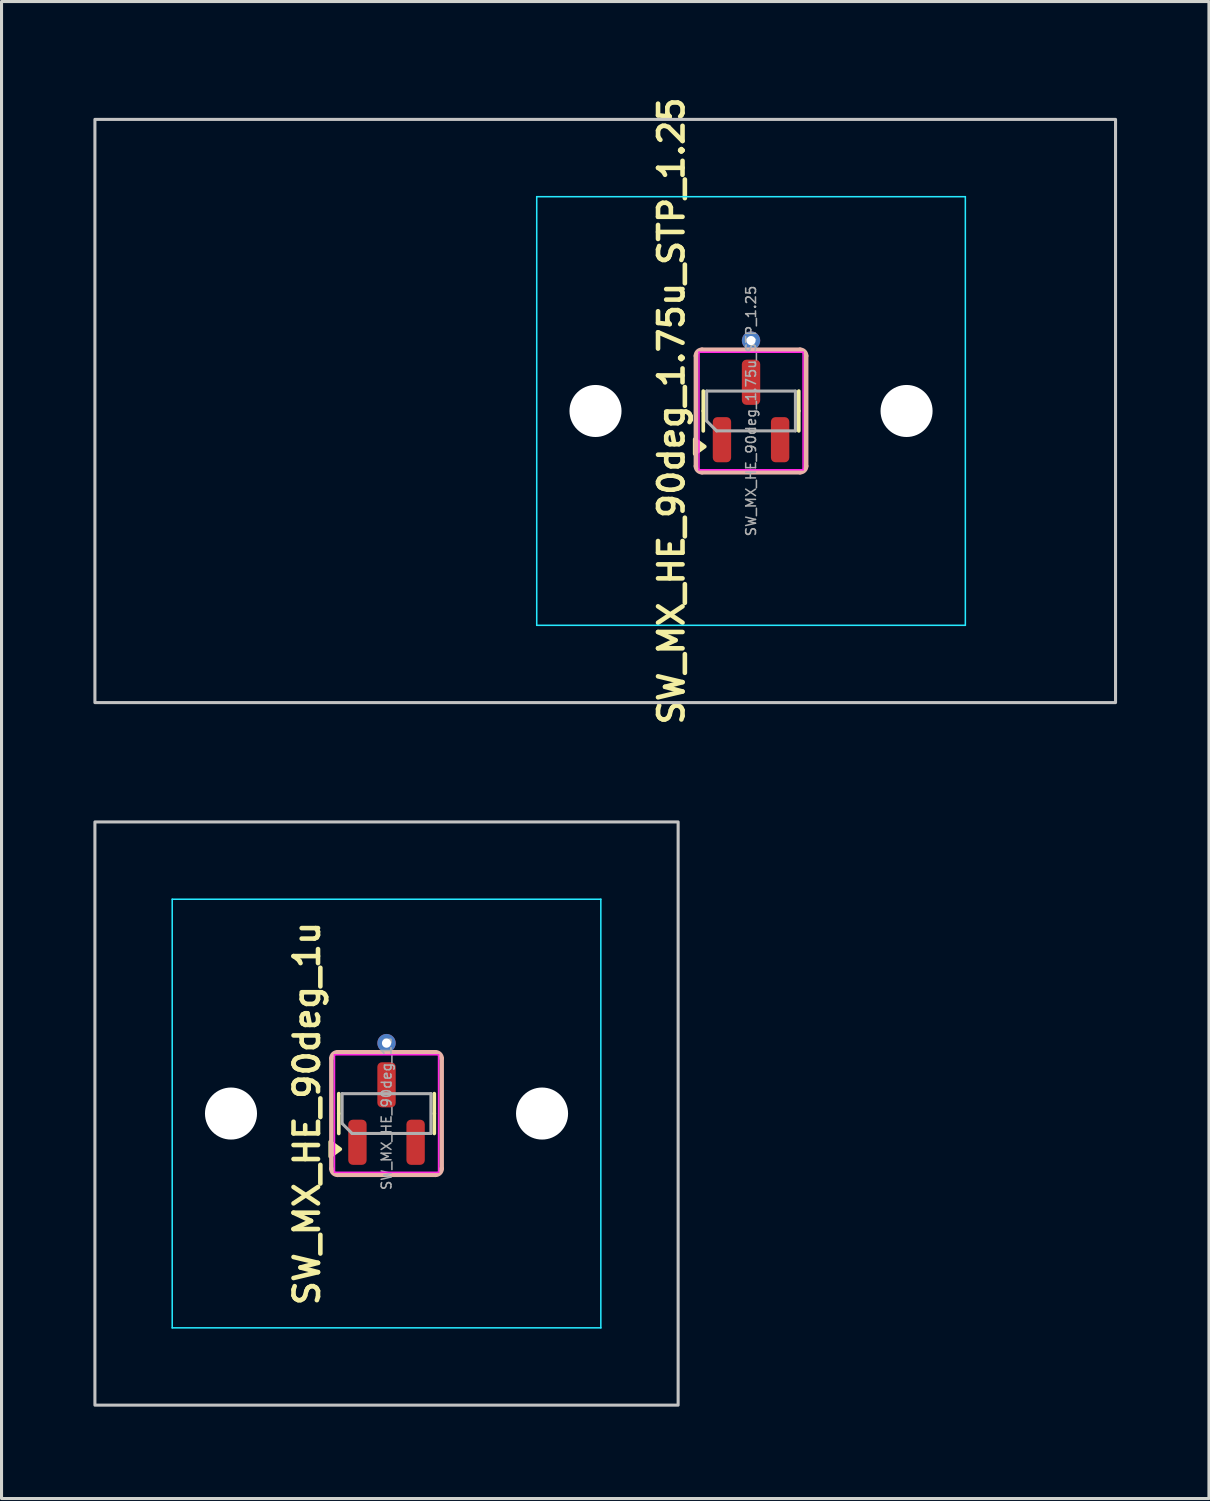
<source format=kicad_pcb>
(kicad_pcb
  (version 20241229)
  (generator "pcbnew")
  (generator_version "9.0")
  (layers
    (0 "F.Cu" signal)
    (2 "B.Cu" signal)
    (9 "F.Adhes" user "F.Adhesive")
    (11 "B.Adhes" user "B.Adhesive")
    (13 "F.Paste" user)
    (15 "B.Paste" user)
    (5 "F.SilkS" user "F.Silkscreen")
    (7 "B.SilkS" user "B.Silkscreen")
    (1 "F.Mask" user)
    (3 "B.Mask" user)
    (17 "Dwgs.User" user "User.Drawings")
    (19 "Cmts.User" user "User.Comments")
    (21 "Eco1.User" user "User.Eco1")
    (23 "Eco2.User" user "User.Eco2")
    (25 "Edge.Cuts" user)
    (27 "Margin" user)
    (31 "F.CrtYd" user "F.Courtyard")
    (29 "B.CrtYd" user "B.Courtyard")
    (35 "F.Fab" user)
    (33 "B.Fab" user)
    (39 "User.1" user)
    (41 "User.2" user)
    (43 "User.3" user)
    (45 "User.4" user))
  (footprint "SW_MX_HE_90deg_1u"
    (layer "F.Cu")
    (at 9.575 33.322)
    (property "Reference" "SW_MX_HE_90deg_1u" (at -2.6 0 90) (layer "F.SilkS") (effects (font (size 0.8 0.8) (thickness 0.15))))
    (attr smd)
    (fp_line (start -1.56 0) (end -1.56 -0.65) (stroke (width 0.12) (type solid)) (layer "F.SilkS"))
    (fp_line (start -1.56 0) (end -1.56 0.65) (stroke (width 0.12) (type solid)) (layer "F.SilkS"))
    (fp_line (start 1.56 0) (end 1.56 -0.65) (stroke (width 0.12) (type solid)) (layer "F.SilkS"))
    (fp_line (start 1.56 0) (end 1.56 0.65) (stroke (width 0.12) (type solid)) (layer "F.SilkS"))
    (fp_poly (pts (xy -1.51 1.163) (xy -1.84 1.403) (xy -1.84 0.922) (xy -1.51 1.163)) (stroke (width 0.12) (type solid)) (fill yes) (layer "F.SilkS"))
    (fp_line (start -1.8 -1.8) (end -1.8 1.8) (stroke (width 0.15) (type default)) (layer "B.SilkS"))
    (fp_line (start -1.6 2) (end 1.6 2) (stroke (width 0.15) (type default)) (layer "B.SilkS"))
    (fp_line (start 1.6 -2) (end -1.6 -2) (stroke (width 0.15) (type default)) (layer "B.SilkS"))
    (fp_line (start 1.8 1.8) (end 1.8 -1.8) (stroke (width 0.15) (type default)) (layer "B.SilkS"))
    (fp_arc (start -1.8 -1.8) (mid -1.741421 -1.941421) (end -1.6 -2) (stroke (width 0.15) (type default)) (layer "B.SilkS"))
    (fp_arc (start -1.6 2) (mid -1.741421 1.941421) (end -1.8 1.8) (stroke (width 0.15) (type default)) (layer "B.SilkS"))
    (fp_arc (start 1.6 -2) (mid 1.741421 -1.941421) (end 1.8 -1.8) (stroke (width 0.15) (type default)) (layer "B.SilkS"))
    (fp_arc (start 1.8 1.8) (mid 1.741421 1.941421) (end 1.6 2) (stroke (width 0.15) (type default)) (layer "B.SilkS"))
    (fp_rect (start -9.525 -9.525) (end 9.525 9.525) (stroke (width 0.1) (type default)) (fill no) (layer "Dwgs.User"))
    (fp_line (start -7 6.5) (end -7 -6.5) (stroke (width 0.05) (type solid)) (layer "Eco2.User"))
    (fp_line (start -6.5 -7) (end 6.5 -7) (stroke (width 0.05) (type solid)) (layer "Eco2.User"))
    (fp_line (start 6.5 7) (end -6.5 7) (stroke (width 0.05) (type solid)) (layer "Eco2.User"))
    (fp_line (start 7 -6.5) (end 7 6.5) (stroke (width 0.05) (type solid)) (layer "Eco2.User"))
    (fp_arc (start -7 -6.5) (mid -6.853553 -6.853553) (end -6.5 -7) (stroke (width 0.05) (type solid)) (layer "Eco2.User"))
    (fp_arc (start -6.5 7) (mid -6.853553 6.853553) (end -7 6.5) (stroke (width 0.05) (type solid)) (layer "Eco2.User"))
    (fp_arc (start 6.5 -7) (mid 6.853553 -6.853553) (end 7 -6.5) (stroke (width 0.05) (type solid)) (layer "Eco2.User"))
    (fp_arc (start 6.997236 6.498884) (mid 6.850789 6.852437) (end 6.497236 6.998884) (stroke (width 0.05) (type solid)) (layer "Eco2.User"))
    (fp_line (start -7 -7) (end -7 7) (stroke (width 0.05) (type solid)) (layer "B.CrtYd"))
    (fp_line (start -7 7) (end 7 7) (stroke (width 0.05) (type solid)) (layer "B.CrtYd"))
    (fp_line (start 7 -7) (end -7 -7) (stroke (width 0.05) (type solid)) (layer "B.CrtYd"))
    (fp_line (start 7 7) (end 7 -7) (stroke (width 0.05) (type solid)) (layer "B.CrtYd"))
    (fp_line (start -1.7 -1.92) (end -1.7 1.92) (stroke (width 0.05) (type solid)) (layer "F.CrtYd"))
    (fp_line (start -1.7 1.92) (end 1.7 1.92) (stroke (width 0.05) (type solid)) (layer "F.CrtYd"))
    (fp_line (start 1.7 -1.92) (end -1.7 -1.92) (stroke (width 0.05) (type solid)) (layer "F.CrtYd"))
    (fp_line (start 1.7 1.92) (end 1.7 -1.92) (stroke (width 0.05) (type solid)) (layer "F.CrtYd"))
    (fp_line (start -1.45 -0.65) (end 1.45 -0.65) (stroke (width 0.1) (type solid)) (layer "F.Fab"))
    (fp_line (start -1.45 0.325) (end -1.45 -0.65) (stroke (width 0.1) (type solid)) (layer "F.Fab"))
    (fp_line (start -1.125 0.65) (end -1.45 0.325) (stroke (width 0.1) (type solid)) (layer "F.Fab"))
    (fp_line (start 1.45 -0.65) (end 1.45 0.65) (stroke (width 0.1) (type solid)) (layer "F.Fab"))
    (fp_line (start 1.45 0.65) (end -1.125 0.65) (stroke (width 0.1) (type solid)) (layer "F.Fab"))
    (fp_text user "${REFERENCE}" (at 0 0 90) (layer "F.Fab") (effects (font (size 0.32 0.32) (thickness 0.05))))
    (pad "" np_thru_hole circle (at -5.08 0) (size 1.7 1.7) (drill 1.7) (layers "*.Cu" "*.Mask"))
    (pad "" np_thru_hole circle (at 5.08 0) (size 1.7 1.7) (drill 1.7) (layers "*.Cu" "*.Mask"))
    (pad "1" smd roundrect (at -0.95 0.938 90) (size 1.475 0.6) (layers "F.Cu" "F.Mask" "F.Paste") (roundrect_rratio 0.25))
    (pad "2" smd roundrect (at 0.95 0.938 90) (size 1.475 0.6) (layers "F.Cu" "F.Mask" "F.Paste") (roundrect_rratio 0.25))
    (pad "3" thru_hole circle (at 0 -2.3 90) (size 0.6 0.6) (drill 0.3) (layers "*.Cu"))
    (pad "3" smd roundrect (at 0 -0.938 90) (size 1.475 0.6) (layers "F.Cu" "F.Mask" "F.Paste") (roundrect_rratio 0.25))
    (zone (net_name "") (layer "F.Cu") (name "HE keepout_bot") (hatch edge 0.5) (connect_pads) (min_thickness 0.25) (filled_areas_thickness no) (keepout (tracks allowed) (vias allowed) (pads allowed) (copperpour not_allowed) (footprints allowed)) (placement (enabled no)) (fill) (polygon (pts (arc (start 7.975 31.322148) (mid 7.833579 31.380727) (end 7.775 31.522148)) (arc (start 7.775 35.122148) (mid 7.833579 35.263569) (end 7.975 35.322148)) (arc (start 11.175 35.322148) (mid 11.316421 35.263569) (end 11.375 35.122148)) (arc (start 11.375 31.522148) (mid 11.316421 31.380727) (end 11.175 31.322148)) (arc (start 10.075 31.322148) (mid 9.933579 31.380727) (end 9.875 31.522148)) (arc (start 9.875 32.922148) (mid 9.816421 33.063569) (end 9.675 33.122148)) (arc (start 9.475 33.122148) (mid 9.333579 33.063569) (end 9.275 32.922148)) (arc (start 9.275 31.522148) (mid 9.216421 31.380727) (end 9.075 31.322148)))))
    (zone (net_name "") (layer "In1.Cu") (name "HE keepout_top") (hatch edge 0.5) (connect_pads) (min_thickness 0.25) (filled_areas_thickness no) (keepout (tracks allowed) (vias allowed) (pads allowed) (copperpour not_allowed) (footprints allowed)) (placement (enabled no)) (fill) (polygon (pts (arc (start 7.975 31.322148) (mid 7.833579 31.380727) (end 7.775 31.522148)) (arc (start 7.775 35.122148) (mid 7.833579 35.263569) (end 7.975 35.322148)) (arc (start 11.175 35.322148) (mid 11.316421 35.263569) (end 11.375 35.122148)) (arc (start 11.375 31.522148) (mid 11.316421 31.380727) (end 11.175 31.322148))))))
  (footprint "SW_MX_HE_90deg_1.75u_STP_1.25"
    (layer "F.Cu")
    (at 21.481 10.374)
    (property "Reference" "SW_MX_HE_90deg_1.75u_STP_1.25" (at -2.6 0 90) (layer "F.SilkS") (effects (font (size 0.8 0.8) (thickness 0.15))))
    (attr smd)
    (fp_line (start -1.56 0) (end -1.56 -0.65) (stroke (width 0.12) (type solid)) (layer "F.SilkS"))
    (fp_line (start -1.56 0) (end -1.56 0.65) (stroke (width 0.12) (type solid)) (layer "F.SilkS"))
    (fp_line (start 1.56 0) (end 1.56 -0.65) (stroke (width 0.12) (type solid)) (layer "F.SilkS"))
    (fp_line (start 1.56 0) (end 1.56 0.65) (stroke (width 0.12) (type solid)) (layer "F.SilkS"))
    (fp_poly (pts (xy -1.51 1.163) (xy -1.84 1.403) (xy -1.84 0.922) (xy -1.51 1.163)) (stroke (width 0.12) (type solid)) (fill yes) (layer "F.SilkS"))
    (fp_line (start -1.8 -1.8) (end -1.8 1.8) (stroke (width 0.15) (type default)) (layer "B.SilkS"))
    (fp_line (start -1.6 2) (end 1.6 2) (stroke (width 0.15) (type default)) (layer "B.SilkS"))
    (fp_line (start 1.6 -2) (end -1.6 -2) (stroke (width 0.15) (type default)) (layer "B.SilkS"))
    (fp_line (start 1.8 1.8) (end 1.8 -1.8) (stroke (width 0.15) (type default)) (layer "B.SilkS"))
    (fp_arc (start -1.8 -1.8) (mid -1.741421 -1.941421) (end -1.6 -2) (stroke (width 0.15) (type default)) (layer "B.SilkS"))
    (fp_arc (start -1.6 2) (mid -1.741421 1.941421) (end -1.8 1.8) (stroke (width 0.15) (type default)) (layer "B.SilkS"))
    (fp_arc (start 1.6 -2) (mid 1.741421 -1.941421) (end 1.8 -1.8) (stroke (width 0.15) (type default)) (layer "B.SilkS"))
    (fp_arc (start 1.8 1.8) (mid 1.741421 1.941421) (end 1.6 2) (stroke (width 0.15) (type default)) (layer "B.SilkS"))
    (fp_rect (start -21.431 -9.525) (end 11.906 9.525) (stroke (width 0.1) (type default)) (fill no) (layer "Dwgs.User"))
    (fp_line (start -7 6.5) (end -7 -6.5) (stroke (width 0.05) (type solid)) (layer "Eco2.User"))
    (fp_line (start -6.5 -7) (end 6.5 -7) (stroke (width 0.05) (type solid)) (layer "Eco2.User"))
    (fp_line (start 6.5 7) (end -6.5 7) (stroke (width 0.05) (type solid)) (layer "Eco2.User"))
    (fp_line (start 7 -6.5) (end 7 6.5) (stroke (width 0.05) (type solid)) (layer "Eco2.User"))
    (fp_arc (start -7 -6.5) (mid -6.853553 -6.853553) (end -6.5 -7) (stroke (width 0.05) (type solid)) (layer "Eco2.User"))
    (fp_arc (start -6.5 7) (mid -6.853553 6.853553) (end -7 6.5) (stroke (width 0.05) (type solid)) (layer "Eco2.User"))
    (fp_arc (start 6.5 -7) (mid 6.853553 -6.853553) (end 7 -6.5) (stroke (width 0.05) (type solid)) (layer "Eco2.User"))
    (fp_arc (start 6.997236 6.498884) (mid 6.850789 6.852437) (end 6.497236 6.998884) (stroke (width 0.05) (type solid)) (layer "Eco2.User"))
    (fp_line (start -7 -7) (end -7 7) (stroke (width 0.05) (type solid)) (layer "B.CrtYd"))
    (fp_line (start -7 7) (end 7 7) (stroke (width 0.05) (type solid)) (layer "B.CrtYd"))
    (fp_line (start 7 -7) (end -7 -7) (stroke (width 0.05) (type solid)) (layer "B.CrtYd"))
    (fp_line (start 7 7) (end 7 -7) (stroke (width 0.05) (type solid)) (layer "B.CrtYd"))
    (fp_line (start -1.7 -1.92) (end -1.7 1.92) (stroke (width 0.05) (type solid)) (layer "F.CrtYd"))
    (fp_line (start -1.7 1.92) (end 1.7 1.92) (stroke (width 0.05) (type solid)) (layer "F.CrtYd"))
    (fp_line (start 1.7 -1.92) (end -1.7 -1.92) (stroke (width 0.05) (type solid)) (layer "F.CrtYd"))
    (fp_line (start 1.7 1.92) (end 1.7 -1.92) (stroke (width 0.05) (type solid)) (layer "F.CrtYd"))
    (fp_line (start -1.45 -0.65) (end 1.45 -0.65) (stroke (width 0.1) (type solid)) (layer "F.Fab"))
    (fp_line (start -1.45 0.325) (end -1.45 -0.65) (stroke (width 0.1) (type solid)) (layer "F.Fab"))
    (fp_line (start -1.125 0.65) (end -1.45 0.325) (stroke (width 0.1) (type solid)) (layer "F.Fab"))
    (fp_line (start 1.45 -0.65) (end 1.45 0.65) (stroke (width 0.1) (type solid)) (layer "F.Fab"))
    (fp_line (start 1.45 0.65) (end -1.125 0.65) (stroke (width 0.1) (type solid)) (layer "F.Fab"))
    (fp_text user "${REFERENCE}" (at 0 0 90) (layer "F.Fab") (effects (font (size 0.32 0.32) (thickness 0.05))))
    (pad "" np_thru_hole circle (at -5.08 0) (size 1.7 1.7) (drill 1.7) (layers "*.Cu" "*.Mask"))
    (pad "" np_thru_hole circle (at 5.08 0) (size 1.7 1.7) (drill 1.7) (layers "*.Cu" "*.Mask"))
    (pad "1" smd roundrect (at -0.95 0.938 90) (size 1.475 0.6) (layers "F.Cu" "F.Mask" "F.Paste") (roundrect_rratio 0.25))
    (pad "2" smd roundrect (at 0.95 0.938 90) (size 1.475 0.6) (layers "F.Cu" "F.Mask" "F.Paste") (roundrect_rratio 0.25))
    (pad "3" thru_hole circle (at 0 -2.3 90) (size 0.6 0.6) (drill 0.3) (layers "*.Cu"))
    (pad "3" smd roundrect (at 0 -0.938 90) (size 1.475 0.6) (layers "F.Cu" "F.Mask" "F.Paste") (roundrect_rratio 0.25))
    (zone (net_name "") (layer "F.Cu") (name "HE keepout_bot") (hatch edge 0.5) (connect_pads) (min_thickness 0.25) (filled_areas_thickness no) (keepout (tracks allowed) (vias allowed) (pads allowed) (copperpour not_allowed) (footprints allowed)) (placement (enabled no)) (fill) (polygon (pts (arc (start 19.88125 8.373574) (mid 19.739829 8.432153) (end 19.68125 8.573574)) (arc (start 19.68125 12.173574) (mid 19.739829 12.314995) (end 19.88125 12.373574)) (arc (start 23.08125 12.373574) (mid 23.222671 12.314995) (end 23.28125 12.173574)) (arc (start 23.28125 8.573574) (mid 23.222671 8.432153) (end 23.08125 8.373574)) (arc (start 21.98125 8.373574) (mid 21.839829 8.432153) (end 21.78125 8.573574)) (arc (start 21.78125 9.973574) (mid 21.722671 10.114995) (end 21.58125 10.173574)) (arc (start 21.38125 10.173574) (mid 21.239829 10.114995) (end 21.18125 9.973574)) (arc (start 21.18125 8.573574) (mid 21.122671 8.432153) (end 20.98125 8.373574)))))
    (zone (net_name "") (layer "In1.Cu") (name "HE keepout_top") (hatch edge 0.5) (connect_pads) (min_thickness 0.25) (filled_areas_thickness no) (keepout (tracks allowed) (vias allowed) (pads allowed) (copperpour not_allowed) (footprints allowed)) (placement (enabled no)) (fill) (polygon (pts (arc (start 19.88125 8.373574) (mid 19.739829 8.432153) (end 19.68125 8.573574)) (arc (start 19.68125 12.173574) (mid 19.739829 12.314995) (end 19.88125 12.373574)) (arc (start 23.08125 12.373574) (mid 23.222671 12.314995) (end 23.28125 12.173574)) (arc (start 23.28125 8.573574) (mid 23.222671 8.432153) (end 23.08125 8.373574))))))
  (gr_rect
    (start -3 -3)
    (end 36.438 45.897)
    (stroke (width 0.1) (type default))
    (fill no)
    (layer "Edge.Cuts")))
</source>
